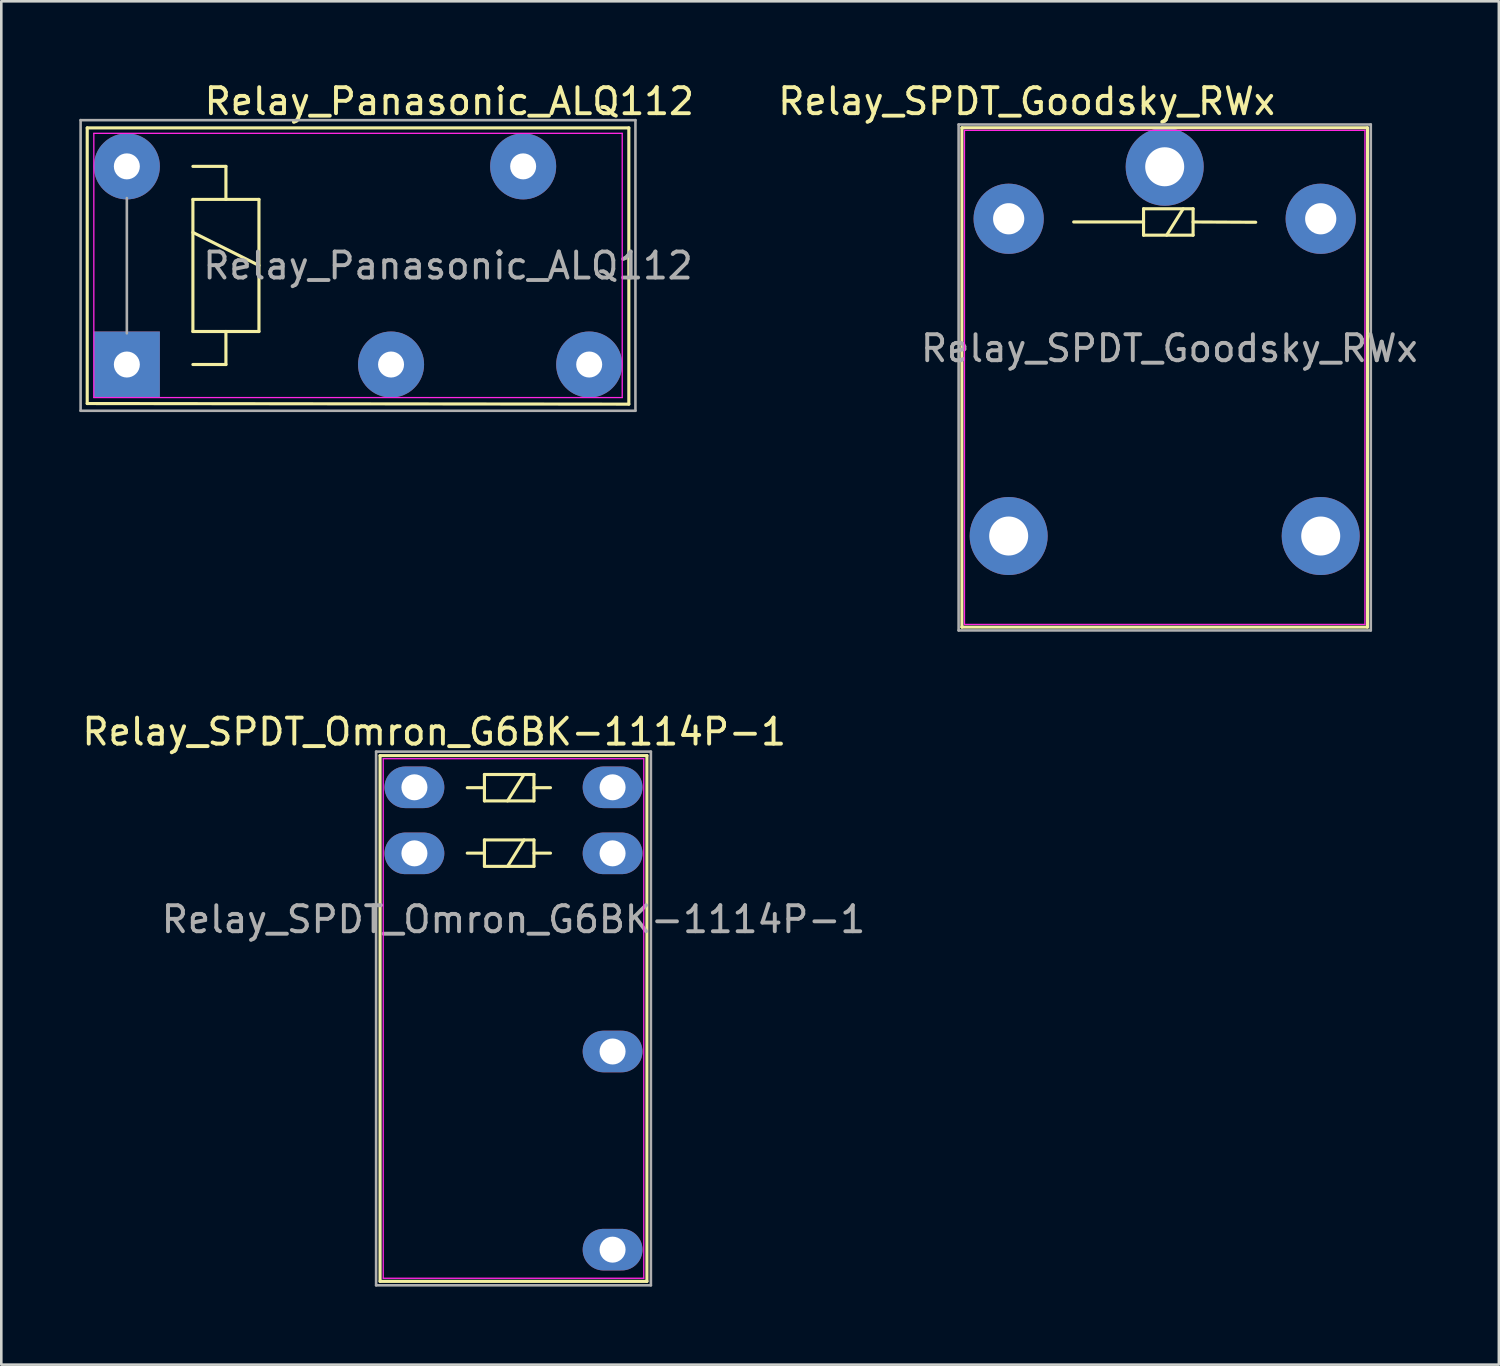
<source format=kicad_pcb>
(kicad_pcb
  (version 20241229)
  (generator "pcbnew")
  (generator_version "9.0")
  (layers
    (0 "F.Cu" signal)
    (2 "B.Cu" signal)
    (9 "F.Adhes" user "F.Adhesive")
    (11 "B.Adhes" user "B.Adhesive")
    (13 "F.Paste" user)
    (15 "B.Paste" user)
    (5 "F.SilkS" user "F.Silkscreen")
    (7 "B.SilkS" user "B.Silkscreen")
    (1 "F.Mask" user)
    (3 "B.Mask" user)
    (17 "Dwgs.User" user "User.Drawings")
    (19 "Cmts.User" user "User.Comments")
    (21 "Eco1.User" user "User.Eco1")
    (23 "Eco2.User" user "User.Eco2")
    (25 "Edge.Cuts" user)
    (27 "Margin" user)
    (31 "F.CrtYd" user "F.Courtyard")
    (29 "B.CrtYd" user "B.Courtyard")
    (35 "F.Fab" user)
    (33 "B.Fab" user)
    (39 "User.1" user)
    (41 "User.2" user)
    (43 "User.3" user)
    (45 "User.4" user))
  (footprint "Relay_SPDT_Omron_G6BK-1114P-1"
    (layer "F.Cu")
    (at 12.887 27.226)
    (property "Reference" "Relay_SPDT_Omron_G6BK-1114P-1" (at 0.762 -2.134 0) (layer "F.SilkS") (effects (font (size 1 1) (thickness 0.15))))
    (attr through_hole)
    (fp_line (start -1.321 -1.219) (end 8.941 -1.219) (stroke (width 0.12) (type solid)) (layer "F.SilkS"))
    (fp_line (start -1.321 18.999) (end -1.321 -1.219) (stroke (width 0.12) (type solid)) (layer "F.SilkS"))
    (fp_line (start 2.032 0.015) (end 2.692 0.015) (stroke (width 0.12) (type solid)) (layer "F.SilkS"))
    (fp_line (start 2.032 2.532) (end 2.692 2.532) (stroke (width 0.12) (type solid)) (layer "F.SilkS"))
    (fp_line (start 2.692 -0.493) (end 2.692 0.523) (stroke (width 0.12) (type solid)) (layer "F.SilkS"))
    (fp_line (start 2.692 0.523) (end 4.597 0.523) (stroke (width 0.12) (type solid)) (layer "F.SilkS"))
    (fp_line (start 2.692 2.024) (end 2.692 3.04) (stroke (width 0.12) (type solid)) (layer "F.SilkS"))
    (fp_line (start 2.692 3.04) (end 4.597 3.04) (stroke (width 0.12) (type solid)) (layer "F.SilkS"))
    (fp_line (start 4.216 -0.493) (end 3.581 0.523) (stroke (width 0.12) (type solid)) (layer "F.SilkS"))
    (fp_line (start 4.216 2.024) (end 3.581 3.04) (stroke (width 0.12) (type solid)) (layer "F.SilkS"))
    (fp_line (start 4.597 -0.493) (end 2.692 -0.493) (stroke (width 0.12) (type solid)) (layer "F.SilkS"))
    (fp_line (start 4.597 -0.493) (end 4.597 0.523) (stroke (width 0.12) (type solid)) (layer "F.SilkS"))
    (fp_line (start 4.597 2.024) (end 2.692 2.024) (stroke (width 0.12) (type solid)) (layer "F.SilkS"))
    (fp_line (start 4.597 2.024) (end 4.597 3.04) (stroke (width 0.12) (type solid)) (layer "F.SilkS"))
    (fp_line (start 5.232 0.015) (end 4.597 0.015) (stroke (width 0.12) (type solid)) (layer "F.SilkS"))
    (fp_line (start 5.232 2.532) (end 4.597 2.532) (stroke (width 0.12) (type solid)) (layer "F.SilkS"))
    (fp_line (start 8.941 -1.219) (end 8.941 18.999) (stroke (width 0.12) (type solid)) (layer "F.SilkS"))
    (fp_line (start 8.941 18.999) (end -1.321 18.999) (stroke (width 0.12) (type solid)) (layer "F.SilkS"))
    (fp_line (start -1.2 -1.1) (end 8.82 -1.1) (stroke (width 0.05) (type solid)) (layer "F.CrtYd"))
    (fp_line (start -1.2 18.88) (end -1.2 -1.1) (stroke (width 0.05) (type solid)) (layer "F.CrtYd"))
    (fp_line (start -1.2 18.88) (end 8.82 18.88) (stroke (width 0.05) (type solid)) (layer "F.CrtYd"))
    (fp_line (start 8.82 -1.1) (end 8.82 18.88) (stroke (width 0.05) (type solid)) (layer "F.CrtYd"))
    (fp_line (start -1.473 -1.372) (end 9.093 -1.372) (stroke (width 0.1) (type solid)) (layer "F.Fab"))
    (fp_line (start -1.473 19.152) (end -1.473 -1.372) (stroke (width 0.1) (type solid)) (layer "F.Fab"))
    (fp_line (start 9.093 -1.372) (end 9.093 19.152) (stroke (width 0.1) (type solid)) (layer "F.Fab"))
    (fp_line (start 9.093 19.152) (end -1.473 19.152) (stroke (width 0.1) (type solid)) (layer "F.Fab"))
    (fp_text user "${REFERENCE}" (at 3.81 5.08 0) (layer "F.Fab") (effects (font (size 1 1) (thickness 0.15))))
    (pad "1" thru_hole oval (at 7.62 0) (size 2.3 1.6) (drill 1) (layers "*.Cu" "*.Mask"))
    (pad "2" thru_hole oval (at 7.62 2.54) (size 2.3 1.6) (drill 1) (layers "*.Cu" "*.Mask"))
    (pad "3" thru_hole oval (at 7.62 10.16) (size 2.3 1.6) (drill 1) (layers "*.Cu" "*.Mask"))
    (pad "4" thru_hole oval (at 7.62 17.78) (size 2.3 1.6) (drill 1) (layers "*.Cu" "*.Mask"))
    (pad "5" thru_hole oval (at 0 2.54) (size 2.3 1.6) (drill 1) (layers "*.Cu" "*.Mask"))
    (pad "6" thru_hole oval (at 0 0) (size 2.3 1.6) (drill 1) (layers "*.Cu" "*.Mask")))
  (footprint "Relay_Panasonic_ALQ112"
    (layer "F.Cu")
    (at 1.828 10.968)
    (property "Reference" "Relay_Panasonic_ALQ112" (at 12.4 -10.12 0) (layer "F.SilkS") (effects (font (size 1 1) (thickness 0.15))))
    (attr through_hole)
    (fp_line (start -1.524 -9.1) (end 19.304 -9.1) (stroke (width 0.12) (type solid)) (layer "F.SilkS"))
    (fp_line (start -1.524 1.5) (end -1.524 -9.1) (stroke (width 0.12) (type solid)) (layer "F.SilkS"))
    (fp_line (start 2.54 -7.62) (end 3.81 -7.62) (stroke (width 0.12) (type solid)) (layer "F.SilkS"))
    (fp_line (start 2.54 -6.35) (end 3.81 -6.35) (stroke (width 0.12) (type solid)) (layer "F.SilkS"))
    (fp_line (start 2.54 -5.08) (end 5.08 -3.81) (stroke (width 0.12) (type solid)) (layer "F.SilkS"))
    (fp_line (start 2.54 -1.27) (end 2.54 -6.35) (stroke (width 0.12) (type solid)) (layer "F.SilkS"))
    (fp_line (start 3.81 -7.62) (end 3.81 -6.35) (stroke (width 0.12) (type solid)) (layer "F.SilkS"))
    (fp_line (start 3.81 -6.35) (end 5.08 -6.35) (stroke (width 0.12) (type solid)) (layer "F.SilkS"))
    (fp_line (start 3.81 -1.27) (end 3.81 0) (stroke (width 0.12) (type solid)) (layer "F.SilkS"))
    (fp_line (start 3.81 0) (end 2.54 0) (stroke (width 0.12) (type solid)) (layer "F.SilkS"))
    (fp_line (start 5.08 -6.35) (end 5.08 -1.27) (stroke (width 0.12) (type solid)) (layer "F.SilkS"))
    (fp_line (start 5.08 -1.27) (end 2.54 -1.27) (stroke (width 0.12) (type solid)) (layer "F.SilkS"))
    (fp_line (start 19.304 -9.1) (end 19.304 1.524) (stroke (width 0.12) (type solid)) (layer "F.SilkS"))
    (fp_line (start 19.304 1.524) (end -1.524 1.5) (stroke (width 0.12) (type solid)) (layer "F.SilkS"))
    (fp_line (start -1.27 -8.89) (end -1.27 1.27) (stroke (width 0.05) (type solid)) (layer "F.CrtYd"))
    (fp_line (start -1.27 1.27) (end 19.05 1.27) (stroke (width 0.05) (type solid)) (layer "F.CrtYd"))
    (fp_line (start 19.05 -8.89) (end -1.27 -8.89) (stroke (width 0.05) (type solid)) (layer "F.CrtYd"))
    (fp_line (start 19.05 1.27) (end 19.05 -8.89) (stroke (width 0.05) (type solid)) (layer "F.CrtYd"))
    (fp_line (start -1.778 -9.398) (end 19.558 -9.398) (stroke (width 0.1) (type solid)) (layer "F.Fab"))
    (fp_line (start -1.778 1.778) (end -1.778 -9.398) (stroke (width 0.1) (type solid)) (layer "F.Fab"))
    (fp_line (start 0 -6.4) (end 0 -1.2) (stroke (width 0.1) (type solid)) (layer "F.Fab"))
    (fp_line (start 19.558 -9.398) (end 19.558 1.778) (stroke (width 0.1) (type solid)) (layer "F.Fab"))
    (fp_line (start 19.558 1.778) (end -1.778 1.778) (stroke (width 0.1) (type solid)) (layer "F.Fab"))
    (fp_text user "${REFERENCE}" (at 12.35 -3.8 0) (layer "F.Fab") (effects (font (size 1 1) (thickness 0.15))))
    (pad "1" thru_hole rect (at 0 0) (size 2.54 2.54) (drill 1) (layers "*.Cu" "*.Mask"))
    (pad "5" thru_hole circle (at 10.16 0) (size 2.54 2.54) (drill 1) (layers "*.Cu" "*.Mask"))
    (pad "8" thru_hole circle (at 17.78 0) (size 2.54 2.54) (drill 1) (layers "*.Cu" "*.Mask"))
    (pad "10" thru_hole circle (at 15.24 -7.62) (size 2.54 2.54) (drill 1) (layers "*.Cu" "*.Mask"))
    (pad "16" thru_hole circle (at 0 -7.62) (size 2.54 2.54) (drill 1) (layers "*.Cu" "*.Mask")))
  (footprint "Relay_SPDT_Goodsky_RWx"
    (layer "F.Cu")
    (at 41.739 3.363)
    (property "Reference" "Relay_SPDT_Goodsky_RWx" (at -5.309 -2.515 0) (layer "F.SilkS") (effects (font (size 1 1) (thickness 0.15))))
    (attr through_hole)
    (fp_line (start -7.798 -1.499) (end 7.798 -1.499) (stroke (width 0.12) (type solid)) (layer "F.SilkS"))
    (fp_line (start -7.798 17.704) (end -7.798 -1.499) (stroke (width 0.12) (type solid)) (layer "F.SilkS"))
    (fp_line (start -3.5 2.123) (end -0.813 2.123) (stroke (width 0.12) (type solid)) (layer "F.SilkS"))
    (fp_line (start -0.813 1.615) (end -0.813 2.631) (stroke (width 0.12) (type solid)) (layer "F.SilkS"))
    (fp_line (start -0.813 2.631) (end 1.092 2.631) (stroke (width 0.12) (type solid)) (layer "F.SilkS"))
    (fp_line (start 0.711 1.615) (end 0.076 2.631) (stroke (width 0.12) (type solid)) (layer "F.SilkS"))
    (fp_line (start 1.092 1.615) (end -0.813 1.615) (stroke (width 0.12) (type solid)) (layer "F.SilkS"))
    (fp_line (start 1.092 1.615) (end 1.092 2.631) (stroke (width 0.12) (type solid)) (layer "F.SilkS"))
    (fp_line (start 3.5 2.134) (end 1.092 2.123) (stroke (width 0.12) (type solid)) (layer "F.SilkS"))
    (fp_line (start 7.798 -1.499) (end 7.798 17.704) (stroke (width 0.12) (type solid)) (layer "F.SilkS"))
    (fp_line (start 7.798 17.704) (end -7.798 17.704) (stroke (width 0.12) (type solid)) (layer "F.SilkS"))
    (fp_line (start -7.7 -1.4) (end -7.7 17.6) (stroke (width 0.05) (type solid)) (layer "F.CrtYd"))
    (fp_line (start -7.7 -1.4) (end 7.7 -1.4) (stroke (width 0.05) (type solid)) (layer "F.CrtYd"))
    (fp_line (start -7.7 17.6) (end 7.7 17.6) (stroke (width 0.05) (type solid)) (layer "F.CrtYd"))
    (fp_line (start 7.7 -1.4) (end 7.7 17.6) (stroke (width 0.05) (type solid)) (layer "F.CrtYd"))
    (fp_line (start -7.925 -1.626) (end -7.925 17.831) (stroke (width 0.1) (type solid)) (layer "F.Fab"))
    (fp_line (start -7.925 -1.626) (end 7.925 -1.626) (stroke (width 0.1) (type solid)) (layer "F.Fab"))
    (fp_line (start 7.925 17.831) (end -7.925 17.831) (stroke (width 0.1) (type solid)) (layer "F.Fab"))
    (fp_line (start 7.925 17.831) (end 7.925 -1.626) (stroke (width 0.1) (type solid)) (layer "F.Fab"))
    (fp_text user "${REFERENCE}" (at 0.178 6.985 0) (layer "F.Fab") (effects (font (size 1 1) (thickness 0.15))))
    (pad "1" thru_hole circle (at 0 0) (size 3 3) (drill 1.5) (layers "*.Cu" "*.Mask"))
    (pad "2" thru_hole circle (at 6 2) (size 2.7 2.7) (drill 1.2) (layers "*.Cu" "*.Mask"))
    (pad "3" thru_hole circle (at 6 14.2) (size 3 3) (drill 1.5) (layers "*.Cu" "*.Mask"))
    (pad "4" thru_hole circle (at -6 14.2) (size 3 3) (drill 1.5) (layers "*.Cu" "*.Mask"))
    (pad "5" thru_hole circle (at -6 2) (size 2.7 2.7) (drill 1.2) (layers "*.Cu" "*.Mask")))
  (gr_rect
    (start -3 -3)
    (end 54.589 49.427)
    (stroke (width 0.1) (type default))
    (fill no)
    (layer "Edge.Cuts")))
</source>
